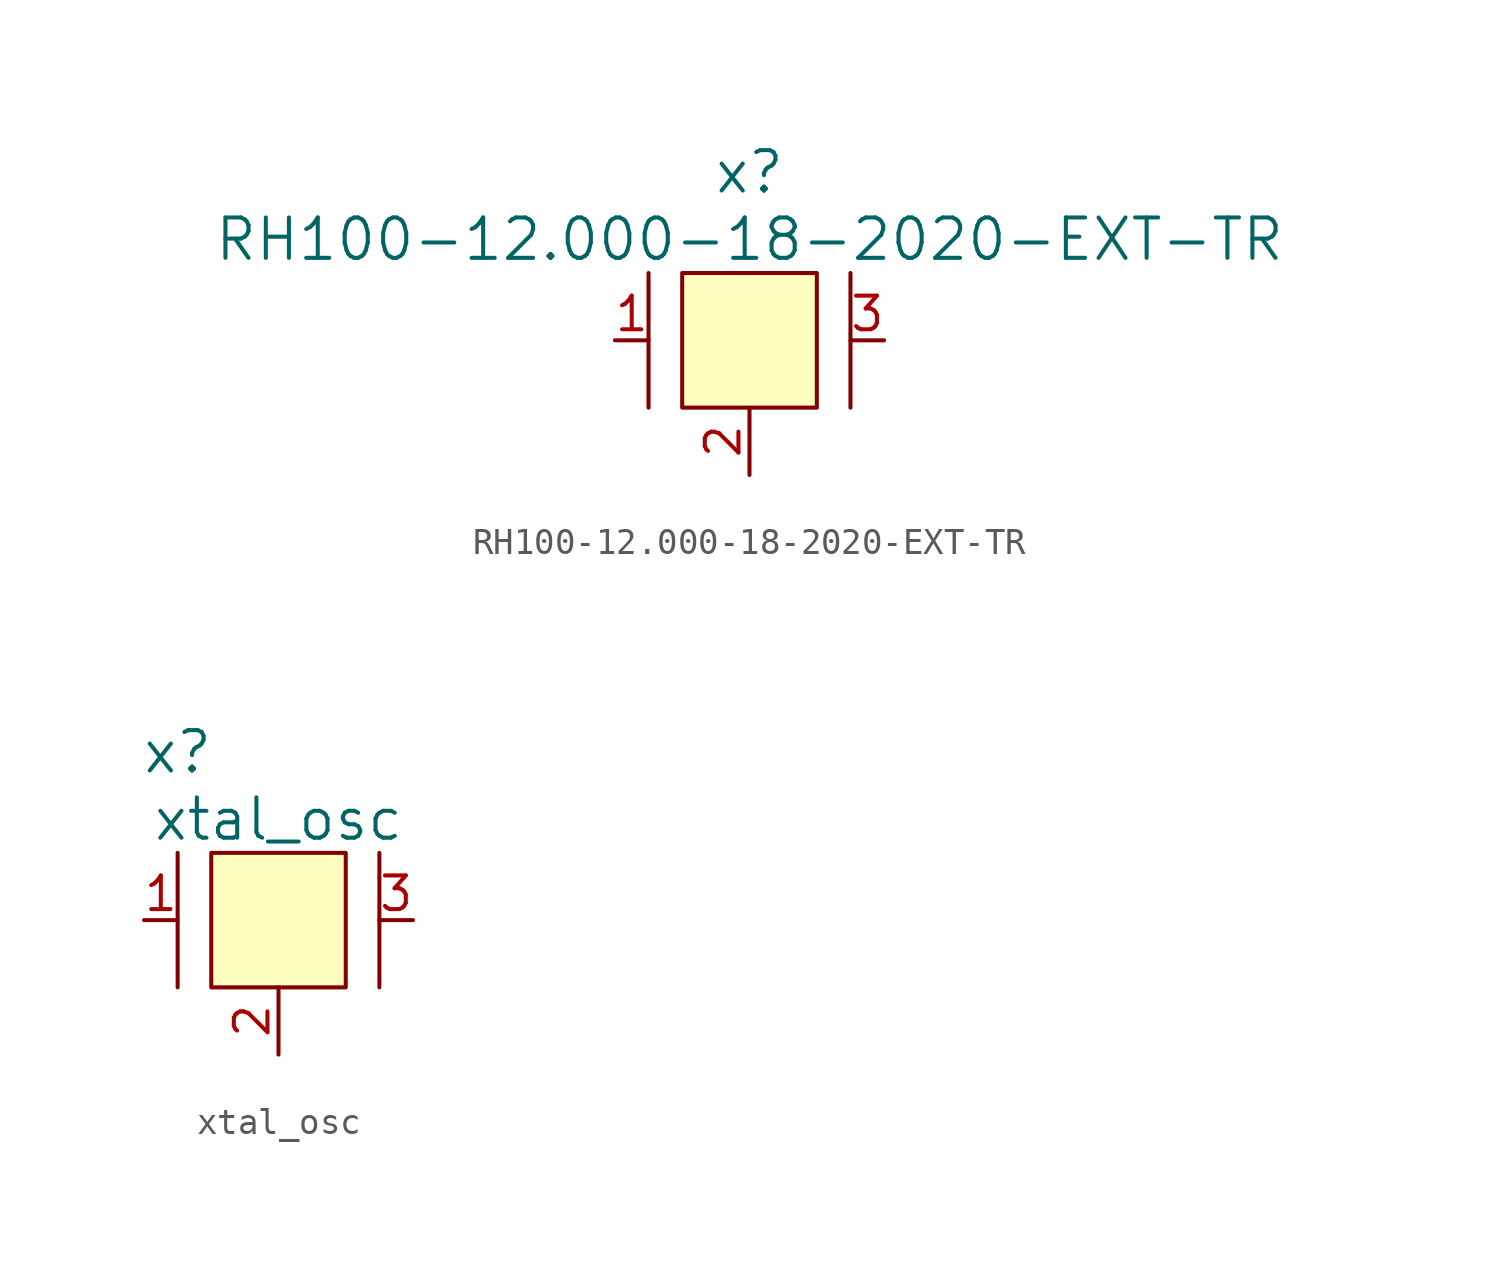
<source format=kicad_sym>
(kicad_symbol_lib
  (version 20220914)
  (generator kicad_symbol_editor)
  (symbol "RH100-12.000-18-2020-EXT-TR"
    (pin_names
      (offset 1.016))
    (property "Reference" "x"
      (at 0 6.35 0)
      (effects (font (size 1.524 1.524))))
    (property "Value" "RH100-12.000-18-2020-EXT-TR"
      (at 0 3.81 0)
      (effects (font (size 1.524 1.524))))
    (symbol "RH100-12.000-18-2020-EXT-TR_0_1"
      (rectangle (start -2.54 2.54) (end 2.54 -2.54) (stroke (width 0) (type solid)) (fill (type background)))
      (polyline (pts (xy -3.81 2.54) (xy -3.81 -2.54)) (stroke (width 0) (type solid)) (fill (type none)))
      (polyline (pts (xy 3.81 2.54) (xy 3.81 -2.54)) (stroke (width 0) (type solid)) (fill (type none))))
    (symbol "RH100-12.000-18-2020-EXT-TR_1_1"
      (pin input line (at -5.08 0 0) (length 1.27) (name "~" (effects (font (size 1.27 1.27)))) (number "1" (effects (font (size 1.27 1.27)))))
      (pin input line (at 0 -5.08 90) (length 2.54) (name "~" (effects (font (size 1.27 1.27)))) (number "2" (effects (font (size 1.27 1.27)))))
      (pin input line (at 5.08 0 180) (length 1.27) (name "~" (effects (font (size 1.27 1.27)))) (number "3" (effects (font (size 1.27 1.27)))))
      (pin input line (at 0 -5.08 90) (length 2.54) hide (name "~" (effects (font (size 1.27 1.27)))) (number "4" (effects (font (size 1.27 1.27)))))))
  (symbol "xtal_osc"
    (pin_names
      (offset 1.016))
    (property "Reference" "x"
      (at -3.81 6.35 0)
      (effects (font (size 1.524 1.524))))
    (property "Value" "xtal_osc"
      (at 0 3.81 0)
      (effects (font (size 1.524 1.524))))
    (property "Footprint" ""
      (at 0 1.27 0)
      (effects (font (size 1.524 1.524))))
    (property "Datasheet" ""
      (at 0 1.27 0)
      (effects (font (size 1.524 1.524))))
    (symbol "xtal_osc_0_1"
      (rectangle (start -2.54 2.54) (end 2.54 -2.54) (stroke (width 0) (type solid)) (fill (type background)))
      (polyline (pts (xy -3.81 2.54) (xy -3.81 -2.54)) (stroke (width 0) (type solid)) (fill (type none)))
      (polyline (pts (xy 3.81 2.54) (xy 3.81 -2.54)) (stroke (width 0) (type solid)) (fill (type none))))
    (symbol "xtal_osc_1_1"
      (pin input line (at -5.08 0 0) (length 1.27) (name "~" (effects (font (size 1.27 1.27)))) (number "1" (effects (font (size 1.27 1.27)))))
      (pin input line (at 0 -5.08 90) (length 2.54) (name "~" (effects (font (size 1.27 1.27)))) (number "2" (effects (font (size 1.27 1.27)))))
      (pin input line (at 5.08 0 180) (length 1.27) (name "~" (effects (font (size 1.27 1.27)))) (number "3" (effects (font (size 1.27 1.27)))))
      (pin input line (at 0 -5.08 90) (length 2.54) hide (name "~" (effects (font (size 1.27 1.27)))) (number "4" (effects (font (size 1.27 1.27))))))))
</source>
